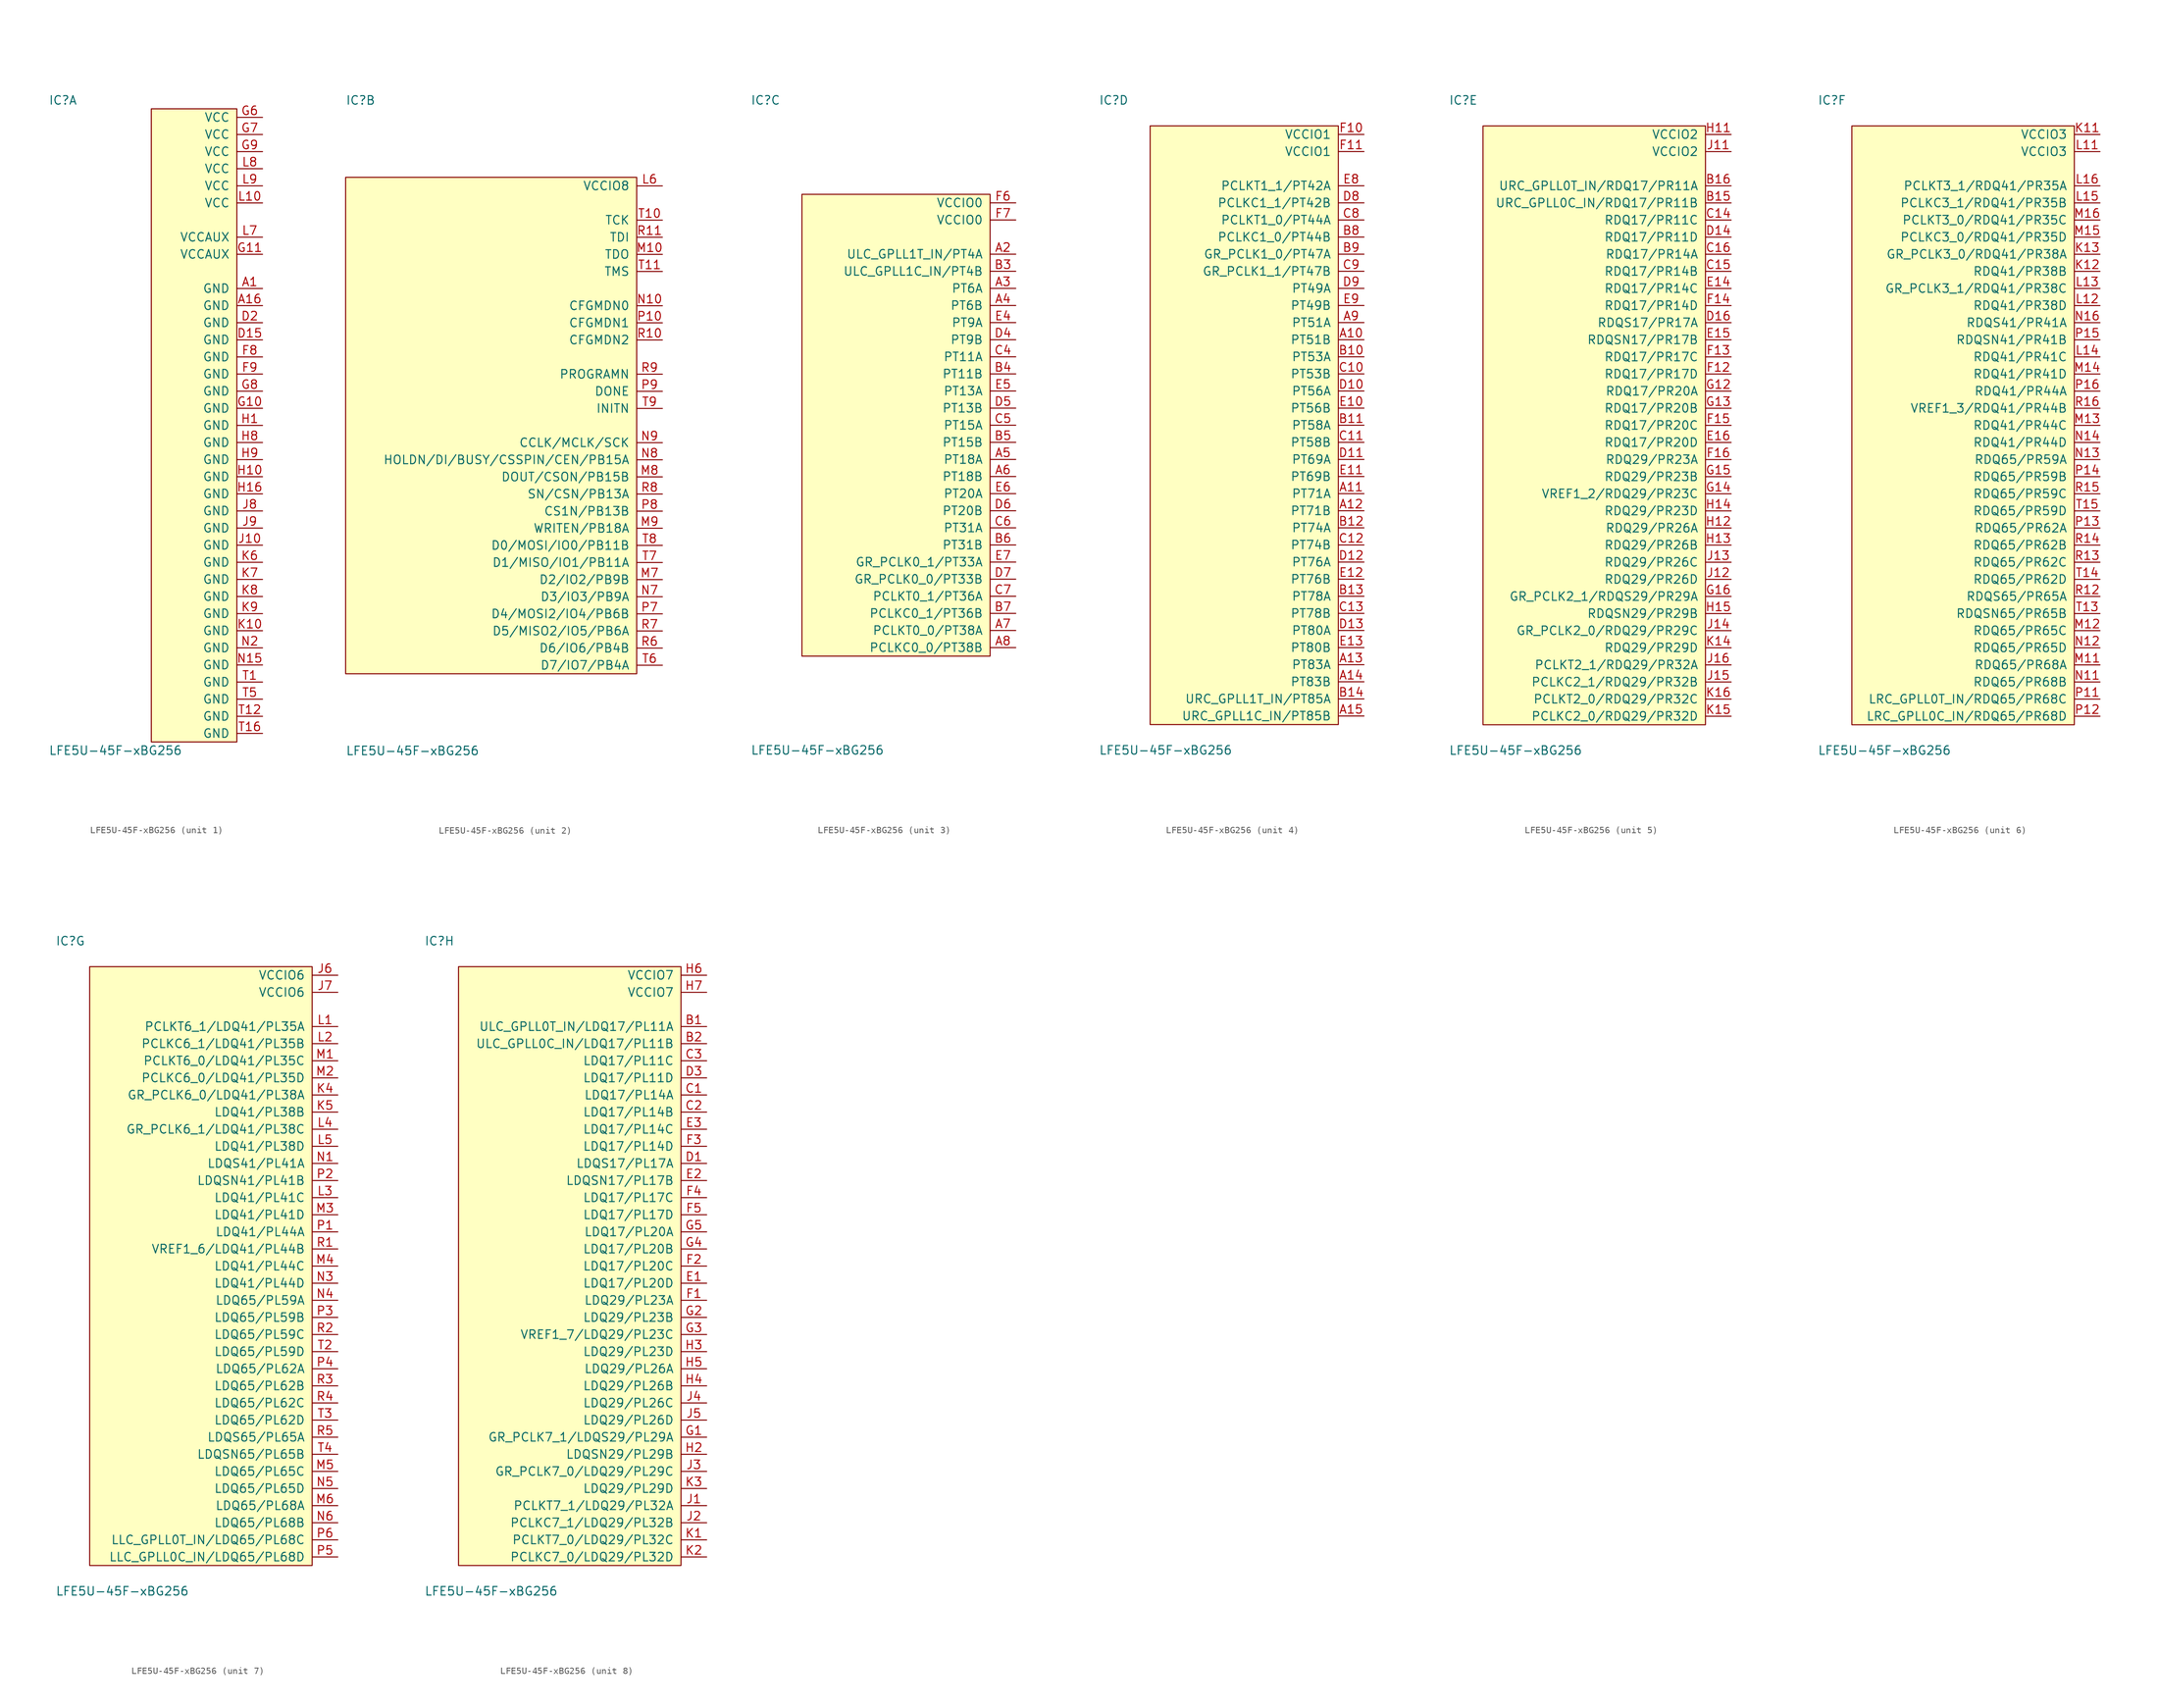
<source format=kicad_sym>
(kicad_symbol_lib
  (version 20211014)
  (generator agg_kicad.build_lib_ic)
  (symbol "LFE5U-45F-xBG256"
    (pin_names
      (offset 1.016))
    (property Reference IC
      (at -21.59 48.26 0)
      (effects (font (size 1.27 1.27)) (justify left)))
    (property Value "LFE5U-45F-xBG256"
      (at -21.59 -48.26 0)
      (effects (font (size 1.27 1.27)) (justify left)))
    (symbol "LFE5U-45F-xBG256_1_0"
      (rectangle (start -6.35 46.99) (end 6.35 -46.99) (stroke (width 0) (type default) (color 0 0 0 0)) (fill (type background)))
      (pin power_in line (at 10.16 45.72 180) (length 3.81) (name VCC (effects (font (size 1.27 1.27)))) (number "G6" (effects (font (size 1.27 1.27)))))
      (pin power_in line (at 10.16 43.18 180) (length 3.81) (name VCC (effects (font (size 1.27 1.27)))) (number "G7" (effects (font (size 1.27 1.27)))))
      (pin power_in line (at 10.16 40.64 180) (length 3.81) (name VCC (effects (font (size 1.27 1.27)))) (number "G9" (effects (font (size 1.27 1.27)))))
      (pin power_in line (at 10.16 38.1 180) (length 3.81) (name VCC (effects (font (size 1.27 1.27)))) (number "L8" (effects (font (size 1.27 1.27)))))
      (pin power_in line (at 10.16 35.56 180) (length 3.81) (name VCC (effects (font (size 1.27 1.27)))) (number "L9" (effects (font (size 1.27 1.27)))))
      (pin power_in line (at 10.16 33.02 180) (length 3.81) (name VCC (effects (font (size 1.27 1.27)))) (number "L10" (effects (font (size 1.27 1.27)))))
      (pin power_in line (at 10.16 27.94 180) (length 3.81) (name VCCAUX (effects (font (size 1.27 1.27)))) (number "L7" (effects (font (size 1.27 1.27)))))
      (pin power_in line (at 10.16 25.4 180) (length 3.81) (name VCCAUX (effects (font (size 1.27 1.27)))) (number "G11" (effects (font (size 1.27 1.27)))))
      (pin power_in line (at 10.16 20.32 180) (length 3.81) (name GND (effects (font (size 1.27 1.27)))) (number "A1" (effects (font (size 1.27 1.27)))))
      (pin power_in line (at 10.16 17.78 180) (length 3.81) (name GND (effects (font (size 1.27 1.27)))) (number "A16" (effects (font (size 1.27 1.27)))))
      (pin power_in line (at 10.16 15.24 180) (length 3.81) (name GND (effects (font (size 1.27 1.27)))) (number "D2" (effects (font (size 1.27 1.27)))))
      (pin power_in line (at 10.16 12.7 180) (length 3.81) (name GND (effects (font (size 1.27 1.27)))) (number "D15" (effects (font (size 1.27 1.27)))))
      (pin power_in line (at 10.16 10.16 180) (length 3.81) (name GND (effects (font (size 1.27 1.27)))) (number "F8" (effects (font (size 1.27 1.27)))))
      (pin power_in line (at 10.16 7.62 180) (length 3.81) (name GND (effects (font (size 1.27 1.27)))) (number "F9" (effects (font (size 1.27 1.27)))))
      (pin power_in line (at 10.16 5.08 180) (length 3.81) (name GND (effects (font (size 1.27 1.27)))) (number "G8" (effects (font (size 1.27 1.27)))))
      (pin power_in line (at 10.16 2.54 180) (length 3.81) (name GND (effects (font (size 1.27 1.27)))) (number "G10" (effects (font (size 1.27 1.27)))))
      (pin power_in line (at 10.16 0 180) (length 3.81) (name GND (effects (font (size 1.27 1.27)))) (number "H1" (effects (font (size 1.27 1.27)))))
      (pin power_in line (at 10.16 -2.54 180) (length 3.81) (name GND (effects (font (size 1.27 1.27)))) (number "H8" (effects (font (size 1.27 1.27)))))
      (pin power_in line (at 10.16 -5.08 180) (length 3.81) (name GND (effects (font (size 1.27 1.27)))) (number "H9" (effects (font (size 1.27 1.27)))))
      (pin power_in line (at 10.16 -7.62 180) (length 3.81) (name GND (effects (font (size 1.27 1.27)))) (number "H10" (effects (font (size 1.27 1.27)))))
      (pin power_in line (at 10.16 -10.16 180) (length 3.81) (name GND (effects (font (size 1.27 1.27)))) (number "H16" (effects (font (size 1.27 1.27)))))
      (pin power_in line (at 10.16 -12.7 180) (length 3.81) (name GND (effects (font (size 1.27 1.27)))) (number "J8" (effects (font (size 1.27 1.27)))))
      (pin power_in line (at 10.16 -15.24 180) (length 3.81) (name GND (effects (font (size 1.27 1.27)))) (number "J9" (effects (font (size 1.27 1.27)))))
      (pin power_in line (at 10.16 -17.78 180) (length 3.81) (name GND (effects (font (size 1.27 1.27)))) (number "J10" (effects (font (size 1.27 1.27)))))
      (pin power_in line (at 10.16 -20.32 180) (length 3.81) (name GND (effects (font (size 1.27 1.27)))) (number "K6" (effects (font (size 1.27 1.27)))))
      (pin power_in line (at 10.16 -22.86 180) (length 3.81) (name GND (effects (font (size 1.27 1.27)))) (number "K7" (effects (font (size 1.27 1.27)))))
      (pin power_in line (at 10.16 -25.4 180) (length 3.81) (name GND (effects (font (size 1.27 1.27)))) (number "K8" (effects (font (size 1.27 1.27)))))
      (pin power_in line (at 10.16 -27.94 180) (length 3.81) (name GND (effects (font (size 1.27 1.27)))) (number "K9" (effects (font (size 1.27 1.27)))))
      (pin power_in line (at 10.16 -30.48 180) (length 3.81) (name GND (effects (font (size 1.27 1.27)))) (number "K10" (effects (font (size 1.27 1.27)))))
      (pin power_in line (at 10.16 -33.02 180) (length 3.81) (name GND (effects (font (size 1.27 1.27)))) (number "N2" (effects (font (size 1.27 1.27)))))
      (pin power_in line (at 10.16 -35.56 180) (length 3.81) (name GND (effects (font (size 1.27 1.27)))) (number "N15" (effects (font (size 1.27 1.27)))))
      (pin power_in line (at 10.16 -38.1 180) (length 3.81) (name GND (effects (font (size 1.27 1.27)))) (number "T1" (effects (font (size 1.27 1.27)))))
      (pin power_in line (at 10.16 -40.64 180) (length 3.81) (name GND (effects (font (size 1.27 1.27)))) (number "T5" (effects (font (size 1.27 1.27)))))
      (pin power_in line (at 10.16 -43.18 180) (length 3.81) (name GND (effects (font (size 1.27 1.27)))) (number "T12" (effects (font (size 1.27 1.27)))))
      (pin power_in line (at 10.16 -45.72 180) (length 3.81) (name GND (effects (font (size 1.27 1.27)))) (number "T16" (effects (font (size 1.27 1.27))))))
    (symbol "LFE5U-45F-xBG256_2_0"
      (rectangle (start -21.59 36.83) (end 21.59 -36.83) (stroke (width 0) (type default) (color 0 0 0 0)) (fill (type background)))
      (pin power_in line (at 25.4 35.56 180) (length 3.81) (name "VCCIO8" (effects (font (size 1.27 1.27)))) (number "L6" (effects (font (size 1.27 1.27)))))
      (pin input line (at 25.4 30.48 180) (length 3.81) (name TCK (effects (font (size 1.27 1.27)))) (number "T10" (effects (font (size 1.27 1.27)))))
      (pin input line (at 25.4 27.94 180) (length 3.81) (name TDI (effects (font (size 1.27 1.27)))) (number "R11" (effects (font (size 1.27 1.27)))))
      (pin output line (at 25.4 25.4 180) (length 3.81) (name TDO (effects (font (size 1.27 1.27)))) (number "M10" (effects (font (size 1.27 1.27)))))
      (pin input line (at 25.4 22.86 180) (length 3.81) (name TMS (effects (font (size 1.27 1.27)))) (number "T11" (effects (font (size 1.27 1.27)))))
      (pin input line (at 25.4 17.78 180) (length 3.81) (name "CFGMDN0" (effects (font (size 1.27 1.27)))) (number "N10" (effects (font (size 1.27 1.27)))))
      (pin input line (at 25.4 15.24 180) (length 3.81) (name "CFGMDN1" (effects (font (size 1.27 1.27)))) (number "P10" (effects (font (size 1.27 1.27)))))
      (pin input line (at 25.4 12.7 180) (length 3.81) (name "CFGMDN2" (effects (font (size 1.27 1.27)))) (number "R10" (effects (font (size 1.27 1.27)))))
      (pin input line (at 25.4 7.62 180) (length 3.81) (name PROGRAMN (effects (font (size 1.27 1.27)))) (number "R9" (effects (font (size 1.27 1.27)))))
      (pin open_collector line (at 25.4 5.08 180) (length 3.81) (name DONE (effects (font (size 1.27 1.27)))) (number "P9" (effects (font (size 1.27 1.27)))))
      (pin open_collector line (at 25.4 2.54 180) (length 3.81) (name INITN (effects (font (size 1.27 1.27)))) (number "T9" (effects (font (size 1.27 1.27)))))
      (pin bidirectional line (at 25.4 -2.54 180) (length 3.81) (name "CCLK/MCLK/SCK" (effects (font (size 1.27 1.27)))) (number "N9" (effects (font (size 1.27 1.27)))))
      (pin bidirectional line (at 25.4 -5.08 180) (length 3.81) (name "HOLDN/DI/BUSY/CSSPIN/CEN/PB15A" (effects (font (size 1.27 1.27)))) (number "N8" (effects (font (size 1.27 1.27)))))
      (pin bidirectional line (at 25.4 -7.62 180) (length 3.81) (name "DOUT/CSON/PB15B" (effects (font (size 1.27 1.27)))) (number "M8" (effects (font (size 1.27 1.27)))))
      (pin bidirectional line (at 25.4 -10.16 180) (length 3.81) (name "SN/CSN/PB13A" (effects (font (size 1.27 1.27)))) (number "R8" (effects (font (size 1.27 1.27)))))
      (pin bidirectional line (at 25.4 -12.7 180) (length 3.81) (name "CS1N/PB13B" (effects (font (size 1.27 1.27)))) (number "P8" (effects (font (size 1.27 1.27)))))
      (pin bidirectional line (at 25.4 -15.24 180) (length 3.81) (name "WRITEN/PB18A" (effects (font (size 1.27 1.27)))) (number "M9" (effects (font (size 1.27 1.27)))))
      (pin bidirectional line (at 25.4 -17.78 180) (length 3.81) (name "D0/MOSI/IO0/PB11B" (effects (font (size 1.27 1.27)))) (number "T8" (effects (font (size 1.27 1.27)))))
      (pin bidirectional line (at 25.4 -20.32 180) (length 3.81) (name "D1/MISO/IO1/PB11A" (effects (font (size 1.27 1.27)))) (number "T7" (effects (font (size 1.27 1.27)))))
      (pin bidirectional line (at 25.4 -22.86 180) (length 3.81) (name "D2/IO2/PB9B" (effects (font (size 1.27 1.27)))) (number "M7" (effects (font (size 1.27 1.27)))))
      (pin bidirectional line (at 25.4 -25.4 180) (length 3.81) (name "D3/IO3/PB9A" (effects (font (size 1.27 1.27)))) (number "N7" (effects (font (size 1.27 1.27)))))
      (pin bidirectional line (at 25.4 -27.94 180) (length 3.81) (name "D4/MOSI2/IO4/PB6B" (effects (font (size 1.27 1.27)))) (number "P7" (effects (font (size 1.27 1.27)))))
      (pin bidirectional line (at 25.4 -30.48 180) (length 3.81) (name "D5/MISO2/IO5/PB6A" (effects (font (size 1.27 1.27)))) (number "R7" (effects (font (size 1.27 1.27)))))
      (pin bidirectional line (at 25.4 -33.02 180) (length 3.81) (name "D6/IO6/PB4B" (effects (font (size 1.27 1.27)))) (number "R6" (effects (font (size 1.27 1.27)))))
      (pin bidirectional line (at 25.4 -35.56 180) (length 3.81) (name "D7/IO7/PB4A" (effects (font (size 1.27 1.27)))) (number "T6" (effects (font (size 1.27 1.27))))))
    (symbol "LFE5U-45F-xBG256_3_0"
      (rectangle (start -13.97 34.29) (end 13.97 -34.29) (stroke (width 0) (type default) (color 0 0 0 0)) (fill (type background)))
      (pin power_in line (at 17.78 33.02 180) (length 3.81) (name "VCCIO0" (effects (font (size 1.27 1.27)))) (number "F6" (effects (font (size 1.27 1.27)))))
      (pin power_in line (at 17.78 30.48 180) (length 3.81) (name "VCCIO0" (effects (font (size 1.27 1.27)))) (number "F7" (effects (font (size 1.27 1.27)))))
      (pin bidirectional line (at 17.78 25.4 180) (length 3.81) (name "ULC_GPLL1T_IN/PT4A" (effects (font (size 1.27 1.27)))) (number "A2" (effects (font (size 1.27 1.27)))))
      (pin bidirectional line (at 17.78 22.86 180) (length 3.81) (name "ULC_GPLL1C_IN/PT4B" (effects (font (size 1.27 1.27)))) (number "B3" (effects (font (size 1.27 1.27)))))
      (pin bidirectional line (at 17.78 20.32 180) (length 3.81) (name "PT6A" (effects (font (size 1.27 1.27)))) (number "A3" (effects (font (size 1.27 1.27)))))
      (pin bidirectional line (at 17.78 17.78 180) (length 3.81) (name "PT6B" (effects (font (size 1.27 1.27)))) (number "A4" (effects (font (size 1.27 1.27)))))
      (pin bidirectional line (at 17.78 15.24 180) (length 3.81) (name "PT9A" (effects (font (size 1.27 1.27)))) (number "E4" (effects (font (size 1.27 1.27)))))
      (pin bidirectional line (at 17.78 12.7 180) (length 3.81) (name "PT9B" (effects (font (size 1.27 1.27)))) (number "D4" (effects (font (size 1.27 1.27)))))
      (pin bidirectional line (at 17.78 10.16 180) (length 3.81) (name "PT11A" (effects (font (size 1.27 1.27)))) (number "C4" (effects (font (size 1.27 1.27)))))
      (pin bidirectional line (at 17.78 7.62 180) (length 3.81) (name "PT11B" (effects (font (size 1.27 1.27)))) (number "B4" (effects (font (size 1.27 1.27)))))
      (pin bidirectional line (at 17.78 5.08 180) (length 3.81) (name "PT13A" (effects (font (size 1.27 1.27)))) (number "E5" (effects (font (size 1.27 1.27)))))
      (pin bidirectional line (at 17.78 2.54 180) (length 3.81) (name "PT13B" (effects (font (size 1.27 1.27)))) (number "D5" (effects (font (size 1.27 1.27)))))
      (pin bidirectional line (at 17.78 0 180) (length 3.81) (name "PT15A" (effects (font (size 1.27 1.27)))) (number "C5" (effects (font (size 1.27 1.27)))))
      (pin bidirectional line (at 17.78 -2.54 180) (length 3.81) (name "PT15B" (effects (font (size 1.27 1.27)))) (number "B5" (effects (font (size 1.27 1.27)))))
      (pin bidirectional line (at 17.78 -5.08 180) (length 3.81) (name "PT18A" (effects (font (size 1.27 1.27)))) (number "A5" (effects (font (size 1.27 1.27)))))
      (pin bidirectional line (at 17.78 -7.62 180) (length 3.81) (name "PT18B" (effects (font (size 1.27 1.27)))) (number "A6" (effects (font (size 1.27 1.27)))))
      (pin bidirectional line (at 17.78 -10.16 180) (length 3.81) (name "PT20A" (effects (font (size 1.27 1.27)))) (number "E6" (effects (font (size 1.27 1.27)))))
      (pin bidirectional line (at 17.78 -12.7 180) (length 3.81) (name "PT20B" (effects (font (size 1.27 1.27)))) (number "D6" (effects (font (size 1.27 1.27)))))
      (pin bidirectional line (at 17.78 -15.24 180) (length 3.81) (name "PT31A" (effects (font (size 1.27 1.27)))) (number "C6" (effects (font (size 1.27 1.27)))))
      (pin bidirectional line (at 17.78 -17.78 180) (length 3.81) (name "PT31B" (effects (font (size 1.27 1.27)))) (number "B6" (effects (font (size 1.27 1.27)))))
      (pin bidirectional line (at 17.78 -20.32 180) (length 3.81) (name "GR_PCLK0_1/PT33A" (effects (font (size 1.27 1.27)))) (number "E7" (effects (font (size 1.27 1.27)))))
      (pin bidirectional line (at 17.78 -22.86 180) (length 3.81) (name "GR_PCLK0_0/PT33B" (effects (font (size 1.27 1.27)))) (number "D7" (effects (font (size 1.27 1.27)))))
      (pin bidirectional line (at 17.78 -25.4 180) (length 3.81) (name "PCLKT0_1/PT36A" (effects (font (size 1.27 1.27)))) (number "C7" (effects (font (size 1.27 1.27)))))
      (pin bidirectional line (at 17.78 -27.94 180) (length 3.81) (name "PCLKC0_1/PT36B" (effects (font (size 1.27 1.27)))) (number "B7" (effects (font (size 1.27 1.27)))))
      (pin bidirectional line (at 17.78 -30.48 180) (length 3.81) (name "PCLKT0_0/PT38A" (effects (font (size 1.27 1.27)))) (number "A7" (effects (font (size 1.27 1.27)))))
      (pin bidirectional line (at 17.78 -33.02 180) (length 3.81) (name "PCLKC0_0/PT38B" (effects (font (size 1.27 1.27)))) (number "A8" (effects (font (size 1.27 1.27))))))
    (symbol "LFE5U-45F-xBG256_4_0"
      (rectangle (start -13.97 44.45) (end 13.97 -44.45) (stroke (width 0) (type default) (color 0 0 0 0)) (fill (type background)))
      (pin power_in line (at 17.78 43.18 180) (length 3.81) (name "VCCIO1" (effects (font (size 1.27 1.27)))) (number "F10" (effects (font (size 1.27 1.27)))))
      (pin power_in line (at 17.78 40.64 180) (length 3.81) (name "VCCIO1" (effects (font (size 1.27 1.27)))) (number "F11" (effects (font (size 1.27 1.27)))))
      (pin bidirectional line (at 17.78 35.56 180) (length 3.81) (name "PCLKT1_1/PT42A" (effects (font (size 1.27 1.27)))) (number "E8" (effects (font (size 1.27 1.27)))))
      (pin bidirectional line (at 17.78 33.02 180) (length 3.81) (name "PCLKC1_1/PT42B" (effects (font (size 1.27 1.27)))) (number "D8" (effects (font (size 1.27 1.27)))))
      (pin bidirectional line (at 17.78 30.48 180) (length 3.81) (name "PCLKT1_0/PT44A" (effects (font (size 1.27 1.27)))) (number "C8" (effects (font (size 1.27 1.27)))))
      (pin bidirectional line (at 17.78 27.94 180) (length 3.81) (name "PCLKC1_0/PT44B" (effects (font (size 1.27 1.27)))) (number "B8" (effects (font (size 1.27 1.27)))))
      (pin bidirectional line (at 17.78 25.4 180) (length 3.81) (name "GR_PCLK1_0/PT47A" (effects (font (size 1.27 1.27)))) (number "B9" (effects (font (size 1.27 1.27)))))
      (pin bidirectional line (at 17.78 22.86 180) (length 3.81) (name "GR_PCLK1_1/PT47B" (effects (font (size 1.27 1.27)))) (number "C9" (effects (font (size 1.27 1.27)))))
      (pin bidirectional line (at 17.78 20.32 180) (length 3.81) (name "PT49A" (effects (font (size 1.27 1.27)))) (number "D9" (effects (font (size 1.27 1.27)))))
      (pin bidirectional line (at 17.78 17.78 180) (length 3.81) (name "PT49B" (effects (font (size 1.27 1.27)))) (number "E9" (effects (font (size 1.27 1.27)))))
      (pin bidirectional line (at 17.78 15.24 180) (length 3.81) (name "PT51A" (effects (font (size 1.27 1.27)))) (number "A9" (effects (font (size 1.27 1.27)))))
      (pin bidirectional line (at 17.78 12.7 180) (length 3.81) (name "PT51B" (effects (font (size 1.27 1.27)))) (number "A10" (effects (font (size 1.27 1.27)))))
      (pin bidirectional line (at 17.78 10.16 180) (length 3.81) (name "PT53A" (effects (font (size 1.27 1.27)))) (number "B10" (effects (font (size 1.27 1.27)))))
      (pin bidirectional line (at 17.78 7.62 180) (length 3.81) (name "PT53B" (effects (font (size 1.27 1.27)))) (number "C10" (effects (font (size 1.27 1.27)))))
      (pin bidirectional line (at 17.78 5.08 180) (length 3.81) (name "PT56A" (effects (font (size 1.27 1.27)))) (number "D10" (effects (font (size 1.27 1.27)))))
      (pin bidirectional line (at 17.78 2.54 180) (length 3.81) (name "PT56B" (effects (font (size 1.27 1.27)))) (number "E10" (effects (font (size 1.27 1.27)))))
      (pin bidirectional line (at 17.78 0 180) (length 3.81) (name "PT58A" (effects (font (size 1.27 1.27)))) (number "B11" (effects (font (size 1.27 1.27)))))
      (pin bidirectional line (at 17.78 -2.54 180) (length 3.81) (name "PT58B" (effects (font (size 1.27 1.27)))) (number "C11" (effects (font (size 1.27 1.27)))))
      (pin bidirectional line (at 17.78 -5.08 180) (length 3.81) (name "PT69A" (effects (font (size 1.27 1.27)))) (number "D11" (effects (font (size 1.27 1.27)))))
      (pin bidirectional line (at 17.78 -7.62 180) (length 3.81) (name "PT69B" (effects (font (size 1.27 1.27)))) (number "E11" (effects (font (size 1.27 1.27)))))
      (pin bidirectional line (at 17.78 -10.16 180) (length 3.81) (name "PT71A" (effects (font (size 1.27 1.27)))) (number "A11" (effects (font (size 1.27 1.27)))))
      (pin bidirectional line (at 17.78 -12.7 180) (length 3.81) (name "PT71B" (effects (font (size 1.27 1.27)))) (number "A12" (effects (font (size 1.27 1.27)))))
      (pin bidirectional line (at 17.78 -15.24 180) (length 3.81) (name "PT74A" (effects (font (size 1.27 1.27)))) (number "B12" (effects (font (size 1.27 1.27)))))
      (pin bidirectional line (at 17.78 -17.78 180) (length 3.81) (name "PT74B" (effects (font (size 1.27 1.27)))) (number "C12" (effects (font (size 1.27 1.27)))))
      (pin bidirectional line (at 17.78 -20.32 180) (length 3.81) (name "PT76A" (effects (font (size 1.27 1.27)))) (number "D12" (effects (font (size 1.27 1.27)))))
      (pin bidirectional line (at 17.78 -22.86 180) (length 3.81) (name "PT76B" (effects (font (size 1.27 1.27)))) (number "E12" (effects (font (size 1.27 1.27)))))
      (pin bidirectional line (at 17.78 -25.4 180) (length 3.81) (name "PT78A" (effects (font (size 1.27 1.27)))) (number "B13" (effects (font (size 1.27 1.27)))))
      (pin bidirectional line (at 17.78 -27.94 180) (length 3.81) (name "PT78B" (effects (font (size 1.27 1.27)))) (number "C13" (effects (font (size 1.27 1.27)))))
      (pin bidirectional line (at 17.78 -30.48 180) (length 3.81) (name "PT80A" (effects (font (size 1.27 1.27)))) (number "D13" (effects (font (size 1.27 1.27)))))
      (pin bidirectional line (at 17.78 -33.02 180) (length 3.81) (name "PT80B" (effects (font (size 1.27 1.27)))) (number "E13" (effects (font (size 1.27 1.27)))))
      (pin bidirectional line (at 17.78 -35.56 180) (length 3.81) (name "PT83A" (effects (font (size 1.27 1.27)))) (number "A13" (effects (font (size 1.27 1.27)))))
      (pin bidirectional line (at 17.78 -38.1 180) (length 3.81) (name "PT83B" (effects (font (size 1.27 1.27)))) (number "A14" (effects (font (size 1.27 1.27)))))
      (pin bidirectional line (at 17.78 -40.64 180) (length 3.81) (name "URC_GPLL1T_IN/PT85A" (effects (font (size 1.27 1.27)))) (number "B14" (effects (font (size 1.27 1.27)))))
      (pin bidirectional line (at 17.78 -43.18 180) (length 3.81) (name "URC_GPLL1C_IN/PT85B" (effects (font (size 1.27 1.27)))) (number "A15" (effects (font (size 1.27 1.27))))))
    (symbol "LFE5U-45F-xBG256_5_0"
      (rectangle (start -16.51 44.45) (end 16.51 -44.45) (stroke (width 0) (type default) (color 0 0 0 0)) (fill (type background)))
      (pin power_in line (at 20.32 43.18 180) (length 3.81) (name "VCCIO2" (effects (font (size 1.27 1.27)))) (number "H11" (effects (font (size 1.27 1.27)))))
      (pin power_in line (at 20.32 40.64 180) (length 3.81) (name "VCCIO2" (effects (font (size 1.27 1.27)))) (number "J11" (effects (font (size 1.27 1.27)))))
      (pin bidirectional line (at 20.32 35.56 180) (length 3.81) (name "URC_GPLL0T_IN/RDQ17/PR11A" (effects (font (size 1.27 1.27)))) (number "B16" (effects (font (size 1.27 1.27)))))
      (pin bidirectional line (at 20.32 33.02 180) (length 3.81) (name "URC_GPLL0C_IN/RDQ17/PR11B" (effects (font (size 1.27 1.27)))) (number "B15" (effects (font (size 1.27 1.27)))))
      (pin bidirectional line (at 20.32 30.48 180) (length 3.81) (name "RDQ17/PR11C" (effects (font (size 1.27 1.27)))) (number "C14" (effects (font (size 1.27 1.27)))))
      (pin bidirectional line (at 20.32 27.94 180) (length 3.81) (name "RDQ17/PR11D" (effects (font (size 1.27 1.27)))) (number "D14" (effects (font (size 1.27 1.27)))))
      (pin bidirectional line (at 20.32 25.4 180) (length 3.81) (name "RDQ17/PR14A" (effects (font (size 1.27 1.27)))) (number "C16" (effects (font (size 1.27 1.27)))))
      (pin bidirectional line (at 20.32 22.86 180) (length 3.81) (name "RDQ17/PR14B" (effects (font (size 1.27 1.27)))) (number "C15" (effects (font (size 1.27 1.27)))))
      (pin bidirectional line (at 20.32 20.32 180) (length 3.81) (name "RDQ17/PR14C" (effects (font (size 1.27 1.27)))) (number "E14" (effects (font (size 1.27 1.27)))))
      (pin bidirectional line (at 20.32 17.78 180) (length 3.81) (name "RDQ17/PR14D" (effects (font (size 1.27 1.27)))) (number "F14" (effects (font (size 1.27 1.27)))))
      (pin bidirectional line (at 20.32 15.24 180) (length 3.81) (name "RDQS17/PR17A" (effects (font (size 1.27 1.27)))) (number "D16" (effects (font (size 1.27 1.27)))))
      (pin bidirectional line (at 20.32 12.7 180) (length 3.81) (name "RDQSN17/PR17B" (effects (font (size 1.27 1.27)))) (number "E15" (effects (font (size 1.27 1.27)))))
      (pin bidirectional line (at 20.32 10.16 180) (length 3.81) (name "RDQ17/PR17C" (effects (font (size 1.27 1.27)))) (number "F13" (effects (font (size 1.27 1.27)))))
      (pin bidirectional line (at 20.32 7.62 180) (length 3.81) (name "RDQ17/PR17D" (effects (font (size 1.27 1.27)))) (number "F12" (effects (font (size 1.27 1.27)))))
      (pin bidirectional line (at 20.32 5.08 180) (length 3.81) (name "RDQ17/PR20A" (effects (font (size 1.27 1.27)))) (number "G12" (effects (font (size 1.27 1.27)))))
      (pin bidirectional line (at 20.32 2.54 180) (length 3.81) (name "RDQ17/PR20B" (effects (font (size 1.27 1.27)))) (number "G13" (effects (font (size 1.27 1.27)))))
      (pin bidirectional line (at 20.32 0 180) (length 3.81) (name "RDQ17/PR20C" (effects (font (size 1.27 1.27)))) (number "F15" (effects (font (size 1.27 1.27)))))
      (pin bidirectional line (at 20.32 -2.54 180) (length 3.81) (name "RDQ17/PR20D" (effects (font (size 1.27 1.27)))) (number "E16" (effects (font (size 1.27 1.27)))))
      (pin bidirectional line (at 20.32 -5.08 180) (length 3.81) (name "RDQ29/PR23A" (effects (font (size 1.27 1.27)))) (number "F16" (effects (font (size 1.27 1.27)))))
      (pin bidirectional line (at 20.32 -7.62 180) (length 3.81) (name "RDQ29/PR23B" (effects (font (size 1.27 1.27)))) (number "G15" (effects (font (size 1.27 1.27)))))
      (pin bidirectional line (at 20.32 -10.16 180) (length 3.81) (name "VREF1_2/RDQ29/PR23C" (effects (font (size 1.27 1.27)))) (number "G14" (effects (font (size 1.27 1.27)))))
      (pin bidirectional line (at 20.32 -12.7 180) (length 3.81) (name "RDQ29/PR23D" (effects (font (size 1.27 1.27)))) (number "H14" (effects (font (size 1.27 1.27)))))
      (pin bidirectional line (at 20.32 -15.24 180) (length 3.81) (name "RDQ29/PR26A" (effects (font (size 1.27 1.27)))) (number "H12" (effects (font (size 1.27 1.27)))))
      (pin bidirectional line (at 20.32 -17.78 180) (length 3.81) (name "RDQ29/PR26B" (effects (font (size 1.27 1.27)))) (number "H13" (effects (font (size 1.27 1.27)))))
      (pin bidirectional line (at 20.32 -20.32 180) (length 3.81) (name "RDQ29/PR26C" (effects (font (size 1.27 1.27)))) (number "J13" (effects (font (size 1.27 1.27)))))
      (pin bidirectional line (at 20.32 -22.86 180) (length 3.81) (name "RDQ29/PR26D" (effects (font (size 1.27 1.27)))) (number "J12" (effects (font (size 1.27 1.27)))))
      (pin bidirectional line (at 20.32 -25.4 180) (length 3.81) (name "GR_PCLK2_1/RDQS29/PR29A" (effects (font (size 1.27 1.27)))) (number "G16" (effects (font (size 1.27 1.27)))))
      (pin bidirectional line (at 20.32 -27.94 180) (length 3.81) (name "RDQSN29/PR29B" (effects (font (size 1.27 1.27)))) (number "H15" (effects (font (size 1.27 1.27)))))
      (pin bidirectional line (at 20.32 -30.48 180) (length 3.81) (name "GR_PCLK2_0/RDQ29/PR29C" (effects (font (size 1.27 1.27)))) (number "J14" (effects (font (size 1.27 1.27)))))
      (pin bidirectional line (at 20.32 -33.02 180) (length 3.81) (name "RDQ29/PR29D" (effects (font (size 1.27 1.27)))) (number "K14" (effects (font (size 1.27 1.27)))))
      (pin bidirectional line (at 20.32 -35.56 180) (length 3.81) (name "PCLKT2_1/RDQ29/PR32A" (effects (font (size 1.27 1.27)))) (number "J16" (effects (font (size 1.27 1.27)))))
      (pin bidirectional line (at 20.32 -38.1 180) (length 3.81) (name "PCLKC2_1/RDQ29/PR32B" (effects (font (size 1.27 1.27)))) (number "J15" (effects (font (size 1.27 1.27)))))
      (pin bidirectional line (at 20.32 -40.64 180) (length 3.81) (name "PCLKT2_0/RDQ29/PR32C" (effects (font (size 1.27 1.27)))) (number "K16" (effects (font (size 1.27 1.27)))))
      (pin bidirectional line (at 20.32 -43.18 180) (length 3.81) (name "PCLKC2_0/RDQ29/PR32D" (effects (font (size 1.27 1.27)))) (number "K15" (effects (font (size 1.27 1.27))))))
    (symbol "LFE5U-45F-xBG256_6_0"
      (rectangle (start -16.51 44.45) (end 16.51 -44.45) (stroke (width 0) (type default) (color 0 0 0 0)) (fill (type background)))
      (pin power_in line (at 20.32 43.18 180) (length 3.81) (name "VCCIO3" (effects (font (size 1.27 1.27)))) (number "K11" (effects (font (size 1.27 1.27)))))
      (pin power_in line (at 20.32 40.64 180) (length 3.81) (name "VCCIO3" (effects (font (size 1.27 1.27)))) (number "L11" (effects (font (size 1.27 1.27)))))
      (pin bidirectional line (at 20.32 35.56 180) (length 3.81) (name "PCLKT3_1/RDQ41/PR35A" (effects (font (size 1.27 1.27)))) (number "L16" (effects (font (size 1.27 1.27)))))
      (pin bidirectional line (at 20.32 33.02 180) (length 3.81) (name "PCLKC3_1/RDQ41/PR35B" (effects (font (size 1.27 1.27)))) (number "L15" (effects (font (size 1.27 1.27)))))
      (pin bidirectional line (at 20.32 30.48 180) (length 3.81) (name "PCLKT3_0/RDQ41/PR35C" (effects (font (size 1.27 1.27)))) (number "M16" (effects (font (size 1.27 1.27)))))
      (pin bidirectional line (at 20.32 27.94 180) (length 3.81) (name "PCLKC3_0/RDQ41/PR35D" (effects (font (size 1.27 1.27)))) (number "M15" (effects (font (size 1.27 1.27)))))
      (pin bidirectional line (at 20.32 25.4 180) (length 3.81) (name "GR_PCLK3_0/RDQ41/PR38A" (effects (font (size 1.27 1.27)))) (number "K13" (effects (font (size 1.27 1.27)))))
      (pin bidirectional line (at 20.32 22.86 180) (length 3.81) (name "RDQ41/PR38B" (effects (font (size 1.27 1.27)))) (number "K12" (effects (font (size 1.27 1.27)))))
      (pin bidirectional line (at 20.32 20.32 180) (length 3.81) (name "GR_PCLK3_1/RDQ41/PR38C" (effects (font (size 1.27 1.27)))) (number "L13" (effects (font (size 1.27 1.27)))))
      (pin bidirectional line (at 20.32 17.78 180) (length 3.81) (name "RDQ41/PR38D" (effects (font (size 1.27 1.27)))) (number "L12" (effects (font (size 1.27 1.27)))))
      (pin bidirectional line (at 20.32 15.24 180) (length 3.81) (name "RDQS41/PR41A" (effects (font (size 1.27 1.27)))) (number "N16" (effects (font (size 1.27 1.27)))))
      (pin bidirectional line (at 20.32 12.7 180) (length 3.81) (name "RDQSN41/PR41B" (effects (font (size 1.27 1.27)))) (number "P15" (effects (font (size 1.27 1.27)))))
      (pin bidirectional line (at 20.32 10.16 180) (length 3.81) (name "RDQ41/PR41C" (effects (font (size 1.27 1.27)))) (number "L14" (effects (font (size 1.27 1.27)))))
      (pin bidirectional line (at 20.32 7.62 180) (length 3.81) (name "RDQ41/PR41D" (effects (font (size 1.27 1.27)))) (number "M14" (effects (font (size 1.27 1.27)))))
      (pin bidirectional line (at 20.32 5.08 180) (length 3.81) (name "RDQ41/PR44A" (effects (font (size 1.27 1.27)))) (number "P16" (effects (font (size 1.27 1.27)))))
      (pin bidirectional line (at 20.32 2.54 180) (length 3.81) (name "VREF1_3/RDQ41/PR44B" (effects (font (size 1.27 1.27)))) (number "R16" (effects (font (size 1.27 1.27)))))
      (pin bidirectional line (at 20.32 0 180) (length 3.81) (name "RDQ41/PR44C" (effects (font (size 1.27 1.27)))) (number "M13" (effects (font (size 1.27 1.27)))))
      (pin bidirectional line (at 20.32 -2.54 180) (length 3.81) (name "RDQ41/PR44D" (effects (font (size 1.27 1.27)))) (number "N14" (effects (font (size 1.27 1.27)))))
      (pin bidirectional line (at 20.32 -5.08 180) (length 3.81) (name "RDQ65/PR59A" (effects (font (size 1.27 1.27)))) (number "N13" (effects (font (size 1.27 1.27)))))
      (pin bidirectional line (at 20.32 -7.62 180) (length 3.81) (name "RDQ65/PR59B" (effects (font (size 1.27 1.27)))) (number "P14" (effects (font (size 1.27 1.27)))))
      (pin bidirectional line (at 20.32 -10.16 180) (length 3.81) (name "RDQ65/PR59C" (effects (font (size 1.27 1.27)))) (number "R15" (effects (font (size 1.27 1.27)))))
      (pin bidirectional line (at 20.32 -12.7 180) (length 3.81) (name "RDQ65/PR59D" (effects (font (size 1.27 1.27)))) (number "T15" (effects (font (size 1.27 1.27)))))
      (pin bidirectional line (at 20.32 -15.24 180) (length 3.81) (name "RDQ65/PR62A" (effects (font (size 1.27 1.27)))) (number "P13" (effects (font (size 1.27 1.27)))))
      (pin bidirectional line (at 20.32 -17.78 180) (length 3.81) (name "RDQ65/PR62B" (effects (font (size 1.27 1.27)))) (number "R14" (effects (font (size 1.27 1.27)))))
      (pin bidirectional line (at 20.32 -20.32 180) (length 3.81) (name "RDQ65/PR62C" (effects (font (size 1.27 1.27)))) (number "R13" (effects (font (size 1.27 1.27)))))
      (pin bidirectional line (at 20.32 -22.86 180) (length 3.81) (name "RDQ65/PR62D" (effects (font (size 1.27 1.27)))) (number "T14" (effects (font (size 1.27 1.27)))))
      (pin bidirectional line (at 20.32 -25.4 180) (length 3.81) (name "RDQS65/PR65A" (effects (font (size 1.27 1.27)))) (number "R12" (effects (font (size 1.27 1.27)))))
      (pin bidirectional line (at 20.32 -27.94 180) (length 3.81) (name "RDQSN65/PR65B" (effects (font (size 1.27 1.27)))) (number "T13" (effects (font (size 1.27 1.27)))))
      (pin bidirectional line (at 20.32 -30.48 180) (length 3.81) (name "RDQ65/PR65C" (effects (font (size 1.27 1.27)))) (number "M12" (effects (font (size 1.27 1.27)))))
      (pin bidirectional line (at 20.32 -33.02 180) (length 3.81) (name "RDQ65/PR65D" (effects (font (size 1.27 1.27)))) (number "N12" (effects (font (size 1.27 1.27)))))
      (pin bidirectional line (at 20.32 -35.56 180) (length 3.81) (name "RDQ65/PR68A" (effects (font (size 1.27 1.27)))) (number "M11" (effects (font (size 1.27 1.27)))))
      (pin bidirectional line (at 20.32 -38.1 180) (length 3.81) (name "RDQ65/PR68B" (effects (font (size 1.27 1.27)))) (number "N11" (effects (font (size 1.27 1.27)))))
      (pin bidirectional line (at 20.32 -40.64 180) (length 3.81) (name "LRC_GPLL0T_IN/RDQ65/PR68C" (effects (font (size 1.27 1.27)))) (number "P11" (effects (font (size 1.27 1.27)))))
      (pin bidirectional line (at 20.32 -43.18 180) (length 3.81) (name "LRC_GPLL0C_IN/RDQ65/PR68D" (effects (font (size 1.27 1.27)))) (number "P12" (effects (font (size 1.27 1.27))))))
    (symbol "LFE5U-45F-xBG256_7_0"
      (rectangle (start -16.51 44.45) (end 16.51 -44.45) (stroke (width 0) (type default) (color 0 0 0 0)) (fill (type background)))
      (pin power_in line (at 20.32 43.18 180) (length 3.81) (name "VCCIO6" (effects (font (size 1.27 1.27)))) (number "J6" (effects (font (size 1.27 1.27)))))
      (pin power_in line (at 20.32 40.64 180) (length 3.81) (name "VCCIO6" (effects (font (size 1.27 1.27)))) (number "J7" (effects (font (size 1.27 1.27)))))
      (pin bidirectional line (at 20.32 35.56 180) (length 3.81) (name "PCLKT6_1/LDQ41/PL35A" (effects (font (size 1.27 1.27)))) (number "L1" (effects (font (size 1.27 1.27)))))
      (pin bidirectional line (at 20.32 33.02 180) (length 3.81) (name "PCLKC6_1/LDQ41/PL35B" (effects (font (size 1.27 1.27)))) (number "L2" (effects (font (size 1.27 1.27)))))
      (pin bidirectional line (at 20.32 30.48 180) (length 3.81) (name "PCLKT6_0/LDQ41/PL35C" (effects (font (size 1.27 1.27)))) (number "M1" (effects (font (size 1.27 1.27)))))
      (pin bidirectional line (at 20.32 27.94 180) (length 3.81) (name "PCLKC6_0/LDQ41/PL35D" (effects (font (size 1.27 1.27)))) (number "M2" (effects (font (size 1.27 1.27)))))
      (pin bidirectional line (at 20.32 25.4 180) (length 3.81) (name "GR_PCLK6_0/LDQ41/PL38A" (effects (font (size 1.27 1.27)))) (number "K4" (effects (font (size 1.27 1.27)))))
      (pin bidirectional line (at 20.32 22.86 180) (length 3.81) (name "LDQ41/PL38B" (effects (font (size 1.27 1.27)))) (number "K5" (effects (font (size 1.27 1.27)))))
      (pin bidirectional line (at 20.32 20.32 180) (length 3.81) (name "GR_PCLK6_1/LDQ41/PL38C" (effects (font (size 1.27 1.27)))) (number "L4" (effects (font (size 1.27 1.27)))))
      (pin bidirectional line (at 20.32 17.78 180) (length 3.81) (name "LDQ41/PL38D" (effects (font (size 1.27 1.27)))) (number "L5" (effects (font (size 1.27 1.27)))))
      (pin bidirectional line (at 20.32 15.24 180) (length 3.81) (name "LDQS41/PL41A" (effects (font (size 1.27 1.27)))) (number "N1" (effects (font (size 1.27 1.27)))))
      (pin bidirectional line (at 20.32 12.7 180) (length 3.81) (name "LDQSN41/PL41B" (effects (font (size 1.27 1.27)))) (number "P2" (effects (font (size 1.27 1.27)))))
      (pin bidirectional line (at 20.32 10.16 180) (length 3.81) (name "LDQ41/PL41C" (effects (font (size 1.27 1.27)))) (number "L3" (effects (font (size 1.27 1.27)))))
      (pin bidirectional line (at 20.32 7.62 180) (length 3.81) (name "LDQ41/PL41D" (effects (font (size 1.27 1.27)))) (number "M3" (effects (font (size 1.27 1.27)))))
      (pin bidirectional line (at 20.32 5.08 180) (length 3.81) (name "LDQ41/PL44A" (effects (font (size 1.27 1.27)))) (number "P1" (effects (font (size 1.27 1.27)))))
      (pin bidirectional line (at 20.32 2.54 180) (length 3.81) (name "VREF1_6/LDQ41/PL44B" (effects (font (size 1.27 1.27)))) (number "R1" (effects (font (size 1.27 1.27)))))
      (pin bidirectional line (at 20.32 0 180) (length 3.81) (name "LDQ41/PL44C" (effects (font (size 1.27 1.27)))) (number "M4" (effects (font (size 1.27 1.27)))))
      (pin bidirectional line (at 20.32 -2.54 180) (length 3.81) (name "LDQ41/PL44D" (effects (font (size 1.27 1.27)))) (number "N3" (effects (font (size 1.27 1.27)))))
      (pin bidirectional line (at 20.32 -5.08 180) (length 3.81) (name "LDQ65/PL59A" (effects (font (size 1.27 1.27)))) (number "N4" (effects (font (size 1.27 1.27)))))
      (pin bidirectional line (at 20.32 -7.62 180) (length 3.81) (name "LDQ65/PL59B" (effects (font (size 1.27 1.27)))) (number "P3" (effects (font (size 1.27 1.27)))))
      (pin bidirectional line (at 20.32 -10.16 180) (length 3.81) (name "LDQ65/PL59C" (effects (font (size 1.27 1.27)))) (number "R2" (effects (font (size 1.27 1.27)))))
      (pin bidirectional line (at 20.32 -12.7 180) (length 3.81) (name "LDQ65/PL59D" (effects (font (size 1.27 1.27)))) (number "T2" (effects (font (size 1.27 1.27)))))
      (pin bidirectional line (at 20.32 -15.24 180) (length 3.81) (name "LDQ65/PL62A" (effects (font (size 1.27 1.27)))) (number "P4" (effects (font (size 1.27 1.27)))))
      (pin bidirectional line (at 20.32 -17.78 180) (length 3.81) (name "LDQ65/PL62B" (effects (font (size 1.27 1.27)))) (number "R3" (effects (font (size 1.27 1.27)))))
      (pin bidirectional line (at 20.32 -20.32 180) (length 3.81) (name "LDQ65/PL62C" (effects (font (size 1.27 1.27)))) (number "R4" (effects (font (size 1.27 1.27)))))
      (pin bidirectional line (at 20.32 -22.86 180) (length 3.81) (name "LDQ65/PL62D" (effects (font (size 1.27 1.27)))) (number "T3" (effects (font (size 1.27 1.27)))))
      (pin bidirectional line (at 20.32 -25.4 180) (length 3.81) (name "LDQS65/PL65A" (effects (font (size 1.27 1.27)))) (number "R5" (effects (font (size 1.27 1.27)))))
      (pin bidirectional line (at 20.32 -27.94 180) (length 3.81) (name "LDQSN65/PL65B" (effects (font (size 1.27 1.27)))) (number "T4" (effects (font (size 1.27 1.27)))))
      (pin bidirectional line (at 20.32 -30.48 180) (length 3.81) (name "LDQ65/PL65C" (effects (font (size 1.27 1.27)))) (number "M5" (effects (font (size 1.27 1.27)))))
      (pin bidirectional line (at 20.32 -33.02 180) (length 3.81) (name "LDQ65/PL65D" (effects (font (size 1.27 1.27)))) (number "N5" (effects (font (size 1.27 1.27)))))
      (pin bidirectional line (at 20.32 -35.56 180) (length 3.81) (name "LDQ65/PL68A" (effects (font (size 1.27 1.27)))) (number "M6" (effects (font (size 1.27 1.27)))))
      (pin bidirectional line (at 20.32 -38.1 180) (length 3.81) (name "LDQ65/PL68B" (effects (font (size 1.27 1.27)))) (number "N6" (effects (font (size 1.27 1.27)))))
      (pin bidirectional line (at 20.32 -40.64 180) (length 3.81) (name "LLC_GPLL0T_IN/LDQ65/PL68C" (effects (font (size 1.27 1.27)))) (number "P6" (effects (font (size 1.27 1.27)))))
      (pin bidirectional line (at 20.32 -43.18 180) (length 3.81) (name "LLC_GPLL0C_IN/LDQ65/PL68D" (effects (font (size 1.27 1.27)))) (number "P5" (effects (font (size 1.27 1.27))))))
    (symbol "LFE5U-45F-xBG256_8_0"
      (rectangle (start -16.51 44.45) (end 16.51 -44.45) (stroke (width 0) (type default) (color 0 0 0 0)) (fill (type background)))
      (pin power_in line (at 20.32 43.18 180) (length 3.81) (name "VCCIO7" (effects (font (size 1.27 1.27)))) (number "H6" (effects (font (size 1.27 1.27)))))
      (pin power_in line (at 20.32 40.64 180) (length 3.81) (name "VCCIO7" (effects (font (size 1.27 1.27)))) (number "H7" (effects (font (size 1.27 1.27)))))
      (pin bidirectional line (at 20.32 35.56 180) (length 3.81) (name "ULC_GPLL0T_IN/LDQ17/PL11A" (effects (font (size 1.27 1.27)))) (number "B1" (effects (font (size 1.27 1.27)))))
      (pin bidirectional line (at 20.32 33.02 180) (length 3.81) (name "ULC_GPLL0C_IN/LDQ17/PL11B" (effects (font (size 1.27 1.27)))) (number "B2" (effects (font (size 1.27 1.27)))))
      (pin bidirectional line (at 20.32 30.48 180) (length 3.81) (name "LDQ17/PL11C" (effects (font (size 1.27 1.27)))) (number "C3" (effects (font (size 1.27 1.27)))))
      (pin bidirectional line (at 20.32 27.94 180) (length 3.81) (name "LDQ17/PL11D" (effects (font (size 1.27 1.27)))) (number "D3" (effects (font (size 1.27 1.27)))))
      (pin bidirectional line (at 20.32 25.4 180) (length 3.81) (name "LDQ17/PL14A" (effects (font (size 1.27 1.27)))) (number "C1" (effects (font (size 1.27 1.27)))))
      (pin bidirectional line (at 20.32 22.86 180) (length 3.81) (name "LDQ17/PL14B" (effects (font (size 1.27 1.27)))) (number "C2" (effects (font (size 1.27 1.27)))))
      (pin bidirectional line (at 20.32 20.32 180) (length 3.81) (name "LDQ17/PL14C" (effects (font (size 1.27 1.27)))) (number "E3" (effects (font (size 1.27 1.27)))))
      (pin bidirectional line (at 20.32 17.78 180) (length 3.81) (name "LDQ17/PL14D" (effects (font (size 1.27 1.27)))) (number "F3" (effects (font (size 1.27 1.27)))))
      (pin bidirectional line (at 20.32 15.24 180) (length 3.81) (name "LDQS17/PL17A" (effects (font (size 1.27 1.27)))) (number "D1" (effects (font (size 1.27 1.27)))))
      (pin bidirectional line (at 20.32 12.7 180) (length 3.81) (name "LDQSN17/PL17B" (effects (font (size 1.27 1.27)))) (number "E2" (effects (font (size 1.27 1.27)))))
      (pin bidirectional line (at 20.32 10.16 180) (length 3.81) (name "LDQ17/PL17C" (effects (font (size 1.27 1.27)))) (number "F4" (effects (font (size 1.27 1.27)))))
      (pin bidirectional line (at 20.32 7.62 180) (length 3.81) (name "LDQ17/PL17D" (effects (font (size 1.27 1.27)))) (number "F5" (effects (font (size 1.27 1.27)))))
      (pin bidirectional line (at 20.32 5.08 180) (length 3.81) (name "LDQ17/PL20A" (effects (font (size 1.27 1.27)))) (number "G5" (effects (font (size 1.27 1.27)))))
      (pin bidirectional line (at 20.32 2.54 180) (length 3.81) (name "LDQ17/PL20B" (effects (font (size 1.27 1.27)))) (number "G4" (effects (font (size 1.27 1.27)))))
      (pin bidirectional line (at 20.32 0 180) (length 3.81) (name "LDQ17/PL20C" (effects (font (size 1.27 1.27)))) (number "F2" (effects (font (size 1.27 1.27)))))
      (pin bidirectional line (at 20.32 -2.54 180) (length 3.81) (name "LDQ17/PL20D" (effects (font (size 1.27 1.27)))) (number "E1" (effects (font (size 1.27 1.27)))))
      (pin bidirectional line (at 20.32 -5.08 180) (length 3.81) (name "LDQ29/PL23A" (effects (font (size 1.27 1.27)))) (number "F1" (effects (font (size 1.27 1.27)))))
      (pin bidirectional line (at 20.32 -7.62 180) (length 3.81) (name "LDQ29/PL23B" (effects (font (size 1.27 1.27)))) (number "G2" (effects (font (size 1.27 1.27)))))
      (pin bidirectional line (at 20.32 -10.16 180) (length 3.81) (name "VREF1_7/LDQ29/PL23C" (effects (font (size 1.27 1.27)))) (number "G3" (effects (font (size 1.27 1.27)))))
      (pin bidirectional line (at 20.32 -12.7 180) (length 3.81) (name "LDQ29/PL23D" (effects (font (size 1.27 1.27)))) (number "H3" (effects (font (size 1.27 1.27)))))
      (pin bidirectional line (at 20.32 -15.24 180) (length 3.81) (name "LDQ29/PL26A" (effects (font (size 1.27 1.27)))) (number "H5" (effects (font (size 1.27 1.27)))))
      (pin bidirectional line (at 20.32 -17.78 180) (length 3.81) (name "LDQ29/PL26B" (effects (font (size 1.27 1.27)))) (number "H4" (effects (font (size 1.27 1.27)))))
      (pin bidirectional line (at 20.32 -20.32 180) (length 3.81) (name "LDQ29/PL26C" (effects (font (size 1.27 1.27)))) (number "J4" (effects (font (size 1.27 1.27)))))
      (pin bidirectional line (at 20.32 -22.86 180) (length 3.81) (name "LDQ29/PL26D" (effects (font (size 1.27 1.27)))) (number "J5" (effects (font (size 1.27 1.27)))))
      (pin bidirectional line (at 20.32 -25.4 180) (length 3.81) (name "GR_PCLK7_1/LDQS29/PL29A" (effects (font (size 1.27 1.27)))) (number "G1" (effects (font (size 1.27 1.27)))))
      (pin bidirectional line (at 20.32 -27.94 180) (length 3.81) (name "LDQSN29/PL29B" (effects (font (size 1.27 1.27)))) (number "H2" (effects (font (size 1.27 1.27)))))
      (pin bidirectional line (at 20.32 -30.48 180) (length 3.81) (name "GR_PCLK7_0/LDQ29/PL29C" (effects (font (size 1.27 1.27)))) (number "J3" (effects (font (size 1.27 1.27)))))
      (pin bidirectional line (at 20.32 -33.02 180) (length 3.81) (name "LDQ29/PL29D" (effects (font (size 1.27 1.27)))) (number "K3" (effects (font (size 1.27 1.27)))))
      (pin bidirectional line (at 20.32 -35.56 180) (length 3.81) (name "PCLKT7_1/LDQ29/PL32A" (effects (font (size 1.27 1.27)))) (number "J1" (effects (font (size 1.27 1.27)))))
      (pin bidirectional line (at 20.32 -38.1 180) (length 3.81) (name "PCLKC7_1/LDQ29/PL32B" (effects (font (size 1.27 1.27)))) (number "J2" (effects (font (size 1.27 1.27)))))
      (pin bidirectional line (at 20.32 -40.64 180) (length 3.81) (name "PCLKT7_0/LDQ29/PL32C" (effects (font (size 1.27 1.27)))) (number "K1" (effects (font (size 1.27 1.27)))))
      (pin bidirectional line (at 20.32 -43.18 180) (length 3.81) (name "PCLKC7_0/LDQ29/PL32D" (effects (font (size 1.27 1.27)))) (number "K2" (effects (font (size 1.27 1.27))))))))
</source>
